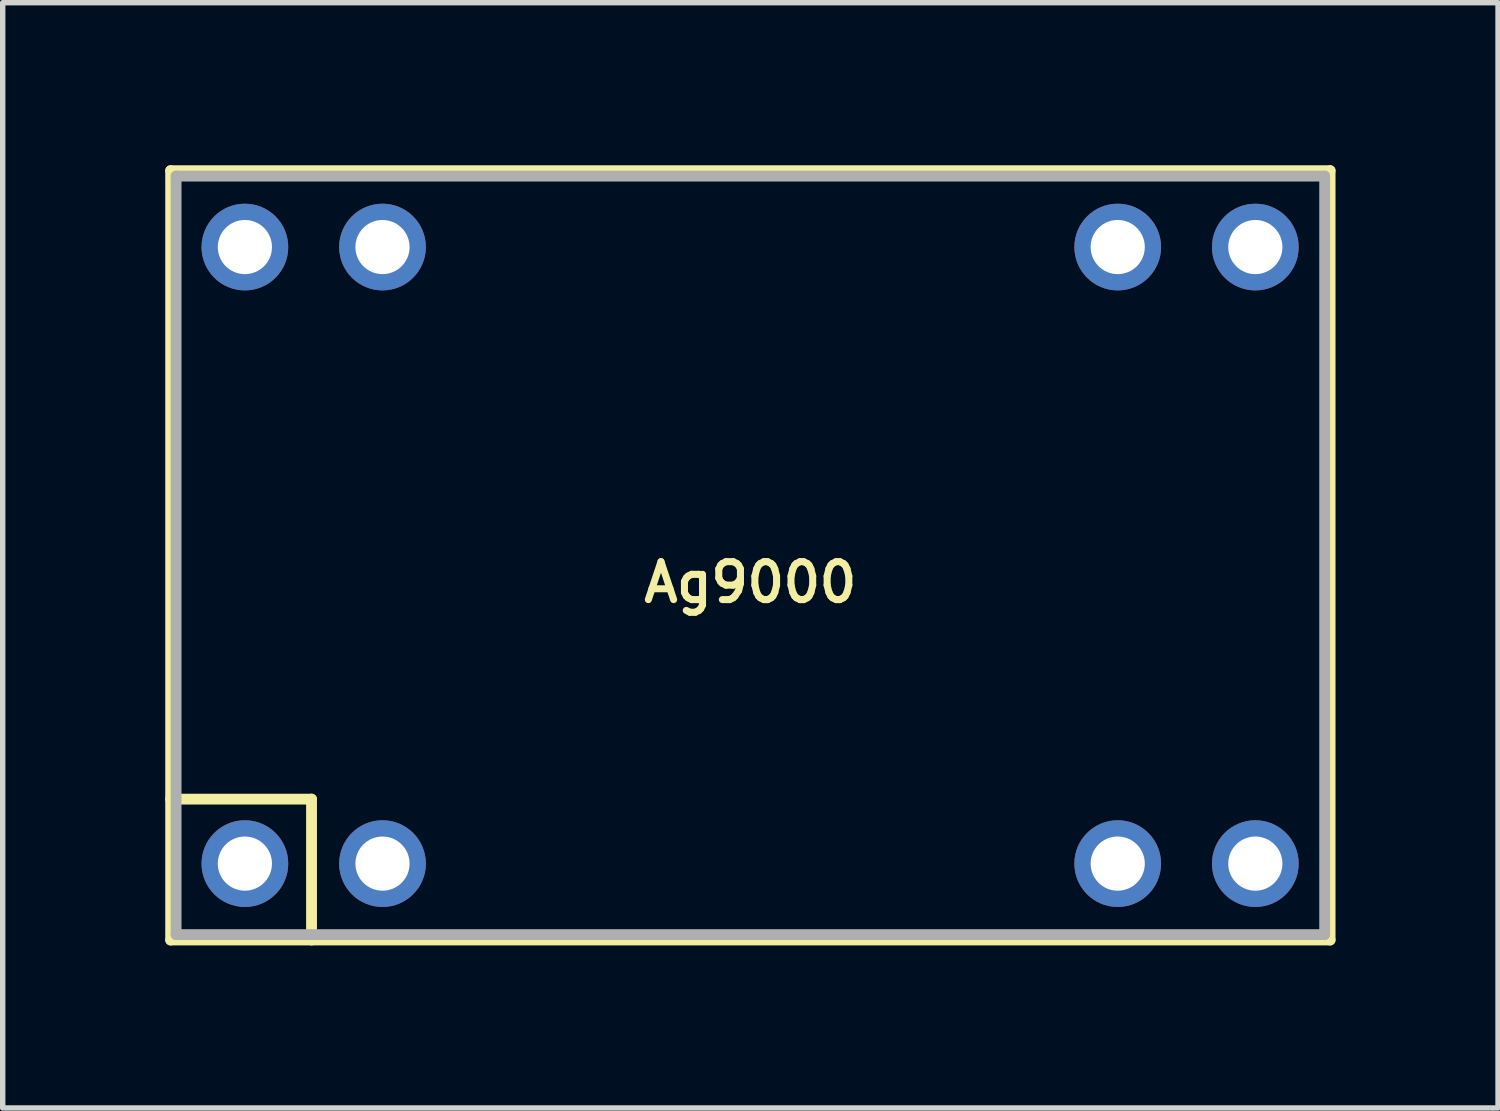
<source format=kicad_pcb>
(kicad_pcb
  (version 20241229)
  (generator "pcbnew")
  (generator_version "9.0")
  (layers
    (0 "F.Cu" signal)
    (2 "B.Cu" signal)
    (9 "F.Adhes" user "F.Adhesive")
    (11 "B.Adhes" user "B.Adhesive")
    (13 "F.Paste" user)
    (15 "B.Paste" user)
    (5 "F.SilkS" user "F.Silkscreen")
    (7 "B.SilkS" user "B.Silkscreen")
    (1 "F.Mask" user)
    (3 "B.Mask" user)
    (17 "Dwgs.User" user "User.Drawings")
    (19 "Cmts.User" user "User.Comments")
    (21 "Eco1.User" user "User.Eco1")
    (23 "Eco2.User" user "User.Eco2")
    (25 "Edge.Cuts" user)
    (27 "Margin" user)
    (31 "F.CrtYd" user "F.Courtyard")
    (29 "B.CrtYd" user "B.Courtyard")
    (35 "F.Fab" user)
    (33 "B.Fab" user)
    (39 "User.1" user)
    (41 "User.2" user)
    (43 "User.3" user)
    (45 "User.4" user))
  (footprint "Ag9000"
    (layer "F.Cu")
    (at 10.8 7.2)
    (property "Reference" "Ag9000" (at 0 0.5 0) (layer "F.SilkS") (effects (font (size 0.7 0.7) (thickness 0.13))))
    (attr through_hole)
    (fp_line (start -10.7 -7.1) (end 10.7 -7.1) (stroke (width 0.2) (type solid)) (layer "F.SilkS"))
    (fp_line (start -10.7 7.1) (end -10.7 -7.1) (stroke (width 0.2) (type solid)) (layer "F.SilkS"))
    (fp_line (start -8.1 4.5) (end -10.7 4.5) (stroke (width 0.2) (type solid)) (layer "F.SilkS"))
    (fp_line (start -8.1 7.1) (end -8.1 4.5) (stroke (width 0.2) (type solid)) (layer "F.SilkS"))
    (fp_line (start 10.7 -7.1) (end 10.7 7.1) (stroke (width 0.2) (type solid)) (layer "F.SilkS"))
    (fp_line (start 10.7 7.1) (end -10.7 7.1) (stroke (width 0.2) (type solid)) (layer "F.SilkS"))
    (fp_line (start -10.6 -7) (end -10.6 7) (stroke (width 0.2) (type solid)) (layer "F.Fab"))
    (fp_line (start -10.6 -7) (end 10.6 -7) (stroke (width 0.2) (type solid)) (layer "F.Fab"))
    (fp_line (start -10.6 7) (end 10.6 7) (stroke (width 0.2) (type solid)) (layer "F.Fab"))
    (fp_line (start 10.6 -7) (end 10.6 7) (stroke (width 0.2) (type solid)) (layer "F.Fab"))
    (pad "1" thru_hole circle (at -9.33 5.69) (size 1.6 1.6) (drill 1) (layers "*.Cu" "*.Mask"))
    (pad "2" thru_hole circle (at -6.79 5.69) (size 1.6 1.6) (drill 1) (layers "*.Cu" "*.Mask"))
    (pad "3" thru_hole circle (at 6.78 5.69) (size 1.6 1.6) (drill 1) (layers "*.Cu" "*.Mask"))
    (pad "4" thru_hole circle (at 9.32 5.69) (size 1.6 1.6) (drill 1) (layers "*.Cu" "*.Mask"))
    (pad "5" thru_hole circle (at 9.32 -5.69) (size 1.6 1.6) (drill 1) (layers "*.Cu" "*.Mask"))
    (pad "6" thru_hole circle (at 6.78 -5.69) (size 1.6 1.6) (drill 1) (layers "*.Cu" "*.Mask"))
    (pad "7" thru_hole circle (at -6.79 -5.69) (size 1.6 1.6) (drill 1) (layers "*.Cu" "*.Mask"))
    (pad "8" thru_hole circle (at -9.33 -5.69) (size 1.6 1.6) (drill 1) (layers "*.Cu" "*.Mask")))
  (gr_rect
    (start -3 -3)
    (end 24.6 17.4)
    (stroke (width 0.1) (type default))
    (fill no)
    (layer "Edge.Cuts")))
</source>
